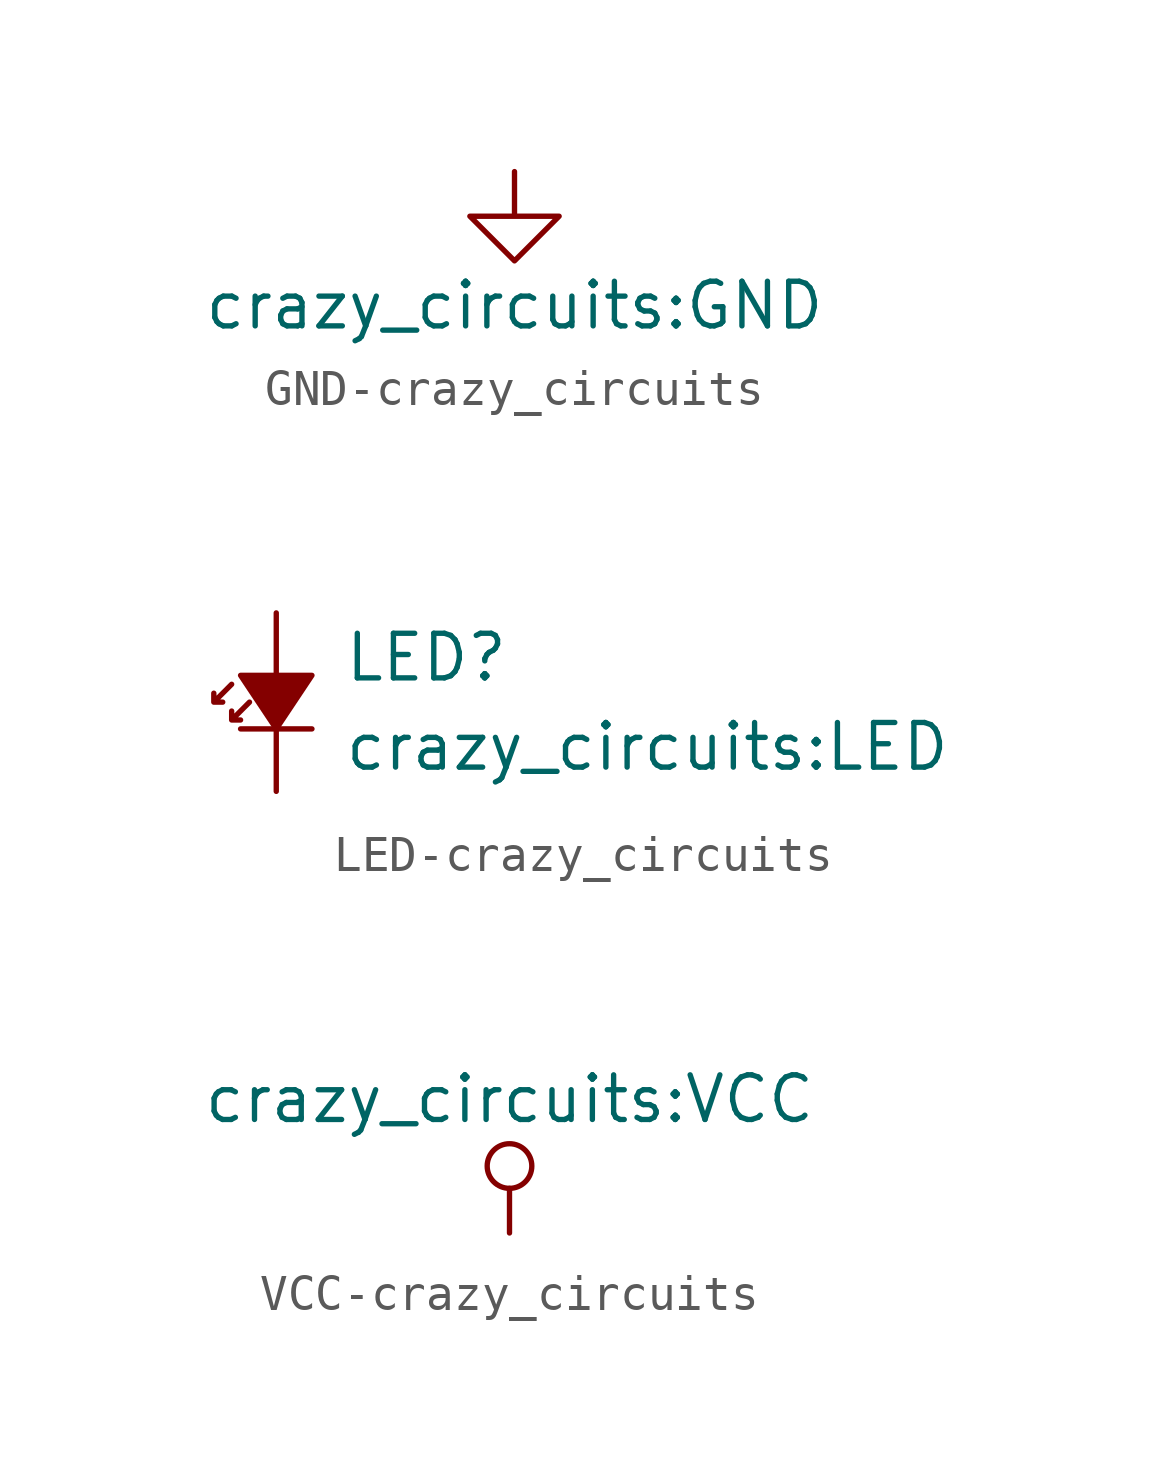
<source format=kicad_sym>
(kicad_symbol_lib
  (version 20231120)
  (generator "kicad_symbol_editor")
  (generator_version "8.0")
  (symbol "GND-crazy_circuits"
    (power)
    (pin_names
      (offset 0))
    (property "Reference" "#PWR"
      (at 0 -6.35 0)
      (effects (font (size 1.27 1.27)) (hide yes)))
    (property "Value" "crazy_circuits:GND"
      (at 0 -3.81 0)
      (effects (font (size 1.27 1.27))))
    (property "Footprint" ""
      (at 0 0 0)
      (effects (font (size 1.27 1.27))))
    (property "Datasheet" ""
      (at 0 0 0)
      (effects (font (size 1.27 1.27))))
    (symbol "GND-crazy_circuits_0_1"
      (polyline (pts (xy 0 0) (xy 0 -1.27) (xy 1.27 -1.27) (xy 0 -2.54) (xy -1.27 -1.27) (xy 0 -1.27)) (stroke (width 0) (type solid)) (fill (type none))))
    (symbol "GND-crazy_circuits_1_1"
      (pin power_in line (at 0 0 270) (length 0) hide (name "GND" (effects (font (size 1.27 1.27)))) (number "1" (effects (font (size 1.27 1.27)))))))
  (symbol "LED-crazy_circuits"
    (pin_numbers hide)
    (pin_names
      (offset 1.016) hide)
    (property "Reference" "LED"
      (at 1.905 1.27 0)
      (effects (font (size 1.27 1.27)) (justify left)))
    (property "Value" "crazy_circuits:LED"
      (at 1.905 -1.27 0)
      (effects (font (size 1.27 1.27)) (justify left)))
    (symbol "LED-crazy_circuits_0_1"
      (polyline (pts (xy 1.016 -0.762) (xy -1.016 -0.762)) (stroke (width 0) (type solid)) (fill (type none)))
      (polyline (pts (xy 1.016 0.762) (xy 0 -0.762) (xy -1.016 0.762) (xy 1.016 0.762)) (stroke (width 0) (type solid)) (fill (type outline)))
      (polyline (pts (xy -1.27 0.508) (xy -1.778 0) (xy -1.778 0.254) (xy -1.778 0) (xy -1.524 0)) (stroke (width 0) (type solid)) (fill (type none)))
      (polyline (pts (xy -0.762 0) (xy -1.27 -0.508) (xy -1.27 -0.254) (xy -1.27 -0.508) (xy -1.016 -0.508)) (stroke (width 0) (type solid)) (fill (type none))))
    (symbol "LED-crazy_circuits_1_1"
      (pin passive line (at 0 2.54 270) (length 1.778) (name "~" (effects (font (size 1.016 1.016)))) (number "+" (effects (font (size 1.016 1.016)))))
      (pin passive line (at 0 -2.54 90) (length 1.778) (name "~" (effects (font (size 1.016 1.016)))) (number "-" (effects (font (size 1.016 1.016)))))))
  (symbol "VCC-crazy_circuits"
    (power)
    (pin_names
      (offset 0))
    (property "Reference" "#PWR"
      (at 0 -3.81 0)
      (effects (font (size 1.27 1.27)) (hide yes)))
    (property "Value" "crazy_circuits:VCC"
      (at 0 3.81 0)
      (effects (font (size 1.27 1.27))))
    (property "Footprint" ""
      (at 0 0 0)
      (effects (font (size 1.27 1.27))))
    (property "Datasheet" ""
      (at 0 0 0)
      (effects (font (size 1.27 1.27))))
    (symbol "VCC-crazy_circuits_0_1"
      (polyline (pts (xy 0 0) (xy 0 1.27)) (stroke (width 0) (type solid)) (fill (type none)))
      (circle (center 0 1.905) (radius 0.635) (stroke (width 0) (type solid)) (fill (type none))))
    (symbol "VCC-crazy_circuits_1_1"
      (pin power_in line (at 0 0 90) (length 0) hide (name "VCC" (effects (font (size 1.27 1.27)))) (number "1" (effects (font (size 1.27 1.27))))))))
</source>
